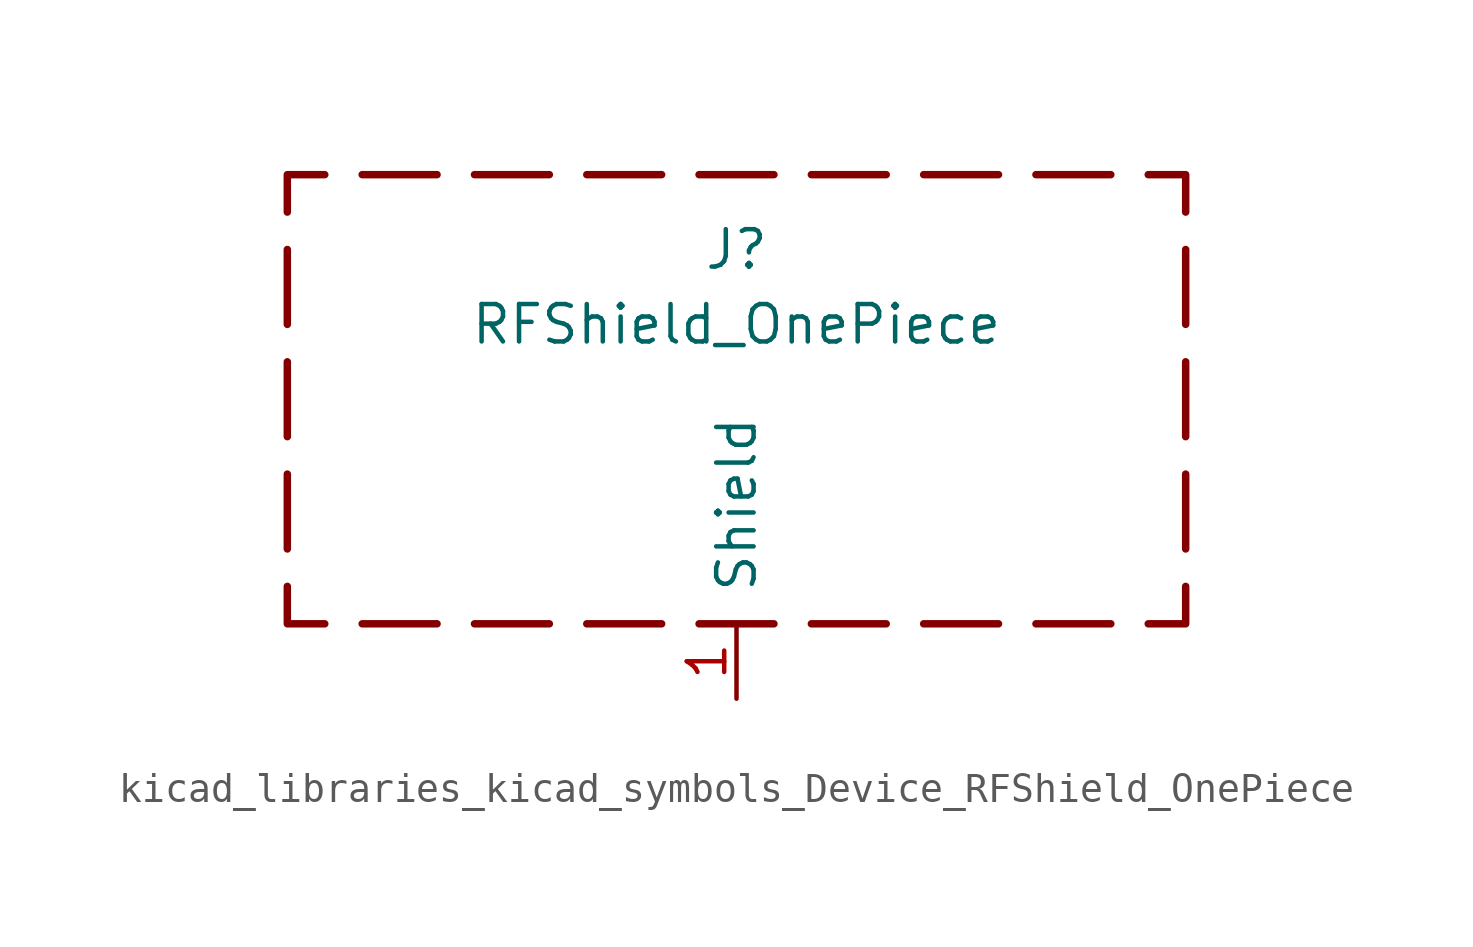
<source format=kicad_sym>
(kicad_symbol_lib
  (version 20220914)
  (generator kicad_symbol_editor)
  (symbol "kicad_libraries_kicad_symbols_Device_RFShield_OnePiece"
    (pin_names
      (offset 1.016))
    (property "Reference" "J"
      (at 0 5.08 0)
      (effects (font (size 1.27 1.27))))
    (property "Value" "RFShield_OnePiece"
      (at 0 2.54 0)
      (effects (font (size 1.27 1.27))))
    (symbol "kicad_libraries_kicad_symbols_Device_RFShield_OnePiece_0_1"
      (polyline (pts (xy -15.24 -5.08) (xy -15.24 -2.54)) (stroke (width 0.254) (type default)) (fill (type none)))
      (polyline (pts (xy -15.24 -1.27) (xy -15.24 1.27)) (stroke (width 0.254) (type default)) (fill (type none)))
      (polyline (pts (xy -15.24 2.54) (xy -15.24 5.08)) (stroke (width 0.254) (type default)) (fill (type none)))
      (polyline (pts (xy -12.7 7.62) (xy -10.16 7.62)) (stroke (width 0.254) (type default)) (fill (type none)))
      (polyline (pts (xy -10.16 -7.62) (xy -12.7 -7.62)) (stroke (width 0.254) (type default)) (fill (type none)))
      (polyline (pts (xy -6.35 -7.62) (xy -8.89 -7.62)) (stroke (width 0.254) (type default)) (fill (type none)))
      (polyline (pts (xy -6.35 7.62) (xy -8.89 7.62)) (stroke (width 0.254) (type default)) (fill (type none)))
      (polyline (pts (xy -2.54 -7.62) (xy -5.08 -7.62)) (stroke (width 0.254) (type default)) (fill (type none)))
      (polyline (pts (xy -2.54 7.62) (xy -5.08 7.62)) (stroke (width 0.254) (type default)) (fill (type none)))
      (polyline (pts (xy -1.27 -7.62) (xy 1.27 -7.62)) (stroke (width 0.254) (type default)) (fill (type none)))
      (polyline (pts (xy 1.27 7.62) (xy -1.27 7.62)) (stroke (width 0.254) (type default)) (fill (type none)))
      (polyline (pts (xy 2.54 -7.62) (xy 5.08 -7.62)) (stroke (width 0.254) (type default)) (fill (type none)))
      (polyline (pts (xy 5.08 7.62) (xy 2.54 7.62)) (stroke (width 0.254) (type default)) (fill (type none)))
      (polyline (pts (xy 6.35 -7.62) (xy 8.89 -7.62)) (stroke (width 0.254) (type default)) (fill (type none)))
      (polyline (pts (xy 8.89 7.62) (xy 6.35 7.62)) (stroke (width 0.254) (type default)) (fill (type none)))
      (polyline (pts (xy 10.16 -7.62) (xy 12.7 -7.62)) (stroke (width 0.254) (type default)) (fill (type none)))
      (polyline (pts (xy 12.7 7.62) (xy 10.16 7.62)) (stroke (width 0.254) (type default)) (fill (type none)))
      (polyline (pts (xy 15.24 -5.08) (xy 15.24 -2.54)) (stroke (width 0.254) (type default)) (fill (type none)))
      (polyline (pts (xy 15.24 -1.27) (xy 15.24 1.27)) (stroke (width 0.254) (type default)) (fill (type none)))
      (polyline (pts (xy 15.24 2.54) (xy 15.24 5.08)) (stroke (width 0.254) (type default)) (fill (type none)))
      (polyline (pts (xy -15.24 6.35) (xy -15.24 7.62) (xy -13.97 7.62)) (stroke (width 0.254) (type default)) (fill (type none)))
      (polyline (pts (xy -13.97 -7.62) (xy -15.24 -7.62) (xy -15.24 -6.35)) (stroke (width 0.254) (type default)) (fill (type none)))
      (polyline (pts (xy 13.97 -7.62) (xy 15.24 -7.62) (xy 15.24 -6.35)) (stroke (width 0.254) (type default)) (fill (type none)))
      (polyline (pts (xy 15.24 6.35) (xy 15.24 7.62) (xy 13.97 7.62)) (stroke (width 0.254) (type default)) (fill (type none))))
    (symbol "kicad_libraries_kicad_symbols_Device_RFShield_OnePiece_1_1"
      (pin passive line (at 0 -10.16 90) (length 2.54) (name "Shield" (effects (font (size 1.27 1.27)))) (number "1" (effects (font (size 1.27 1.27))))))))
</source>
